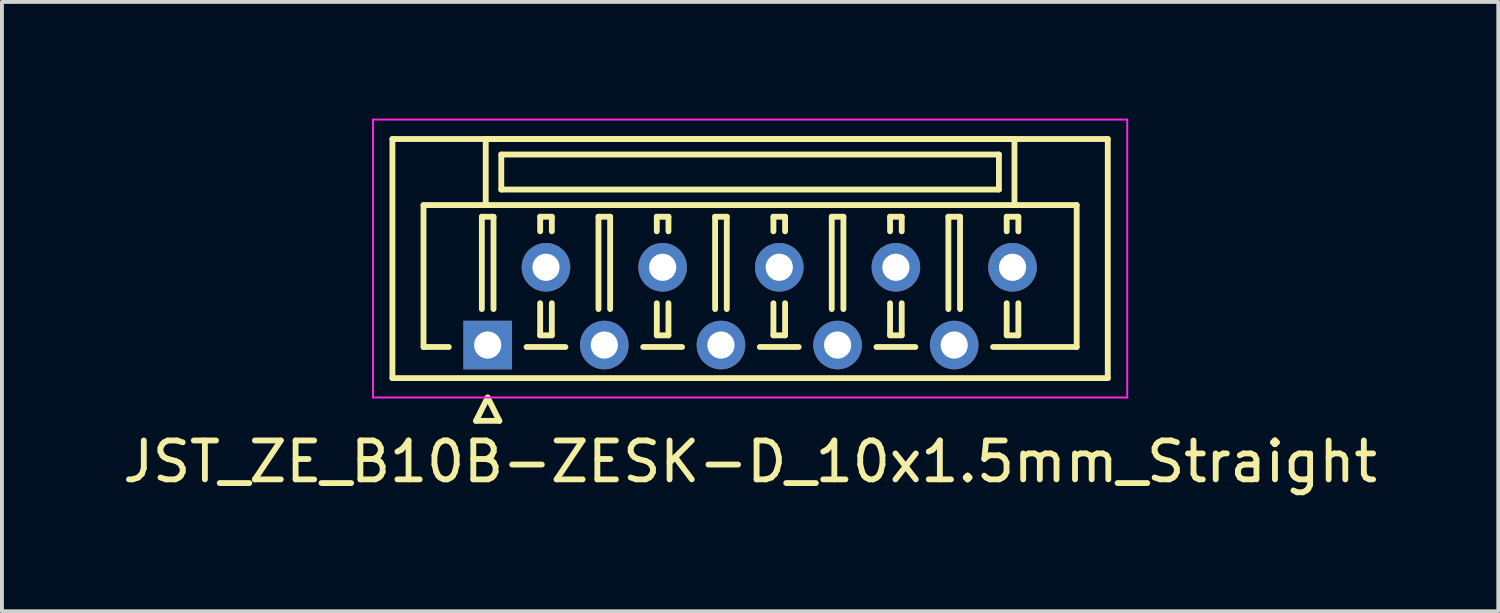
<source format=kicad_pcb>
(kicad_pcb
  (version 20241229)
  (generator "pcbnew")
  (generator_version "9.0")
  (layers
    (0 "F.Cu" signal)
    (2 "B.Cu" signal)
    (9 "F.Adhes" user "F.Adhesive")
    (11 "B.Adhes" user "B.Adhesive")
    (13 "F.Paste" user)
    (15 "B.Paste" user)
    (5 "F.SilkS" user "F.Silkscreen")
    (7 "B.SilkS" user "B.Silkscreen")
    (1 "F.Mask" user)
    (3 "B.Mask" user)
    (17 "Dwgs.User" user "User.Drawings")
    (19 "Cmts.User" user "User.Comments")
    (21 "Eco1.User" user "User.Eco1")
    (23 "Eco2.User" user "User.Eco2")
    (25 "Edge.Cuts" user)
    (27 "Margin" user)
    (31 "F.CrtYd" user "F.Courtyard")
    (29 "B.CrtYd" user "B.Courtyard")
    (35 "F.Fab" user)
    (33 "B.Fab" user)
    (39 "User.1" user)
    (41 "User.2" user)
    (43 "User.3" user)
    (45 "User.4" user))
  (footprint "JST_ZE_B10B-ZESK-D_10x1.5mm_Straight"
    (layer "F.Cu")
    (at 9.494 5.825)
    (property "Reference" "JST_ZE_B10B-ZESK-D_10x1.5mm_Straight" (at 6.75 3 0) (layer "F.SilkS") (effects (font (size 1 1) (thickness 0.15))))
    (attr through_hole)
    (fp_line (start -2.45 -5.3) (end -2.45 0.85) (stroke (width 0.15) (type solid)) (layer "F.SilkS"))
    (fp_line (start -2.45 0.85) (end 15.95 0.85) (stroke (width 0.15) (type solid)) (layer "F.SilkS"))
    (fp_line (start -1.65 -3.6) (end -1.65 0.05) (stroke (width 0.15) (type solid)) (layer "F.SilkS"))
    (fp_line (start -1.65 0.05) (end -1 0.05) (stroke (width 0.15) (type solid)) (layer "F.SilkS"))
    (fp_line (start -0.3 1.95) (end 0 1.35) (stroke (width 0.15) (type solid)) (layer "F.SilkS"))
    (fp_line (start -0.15 -3.3) (end 0.15 -3.3) (stroke (width 0.15) (type solid)) (layer "F.SilkS"))
    (fp_line (start -0.15 -0.925) (end -0.15 -3.3) (stroke (width 0.15) (type solid)) (layer "F.SilkS"))
    (fp_line (start -0.05 -5.3) (end -0.05 -3.6) (stroke (width 0.15) (type solid)) (layer "F.SilkS"))
    (fp_line (start -0.05 -3.6) (end -1.65 -3.6) (stroke (width 0.15) (type solid)) (layer "F.SilkS"))
    (fp_line (start -0.05 -3.6) (end 13.55 -3.6) (stroke (width 0.15) (type solid)) (layer "F.SilkS"))
    (fp_line (start 0 1.35) (end 0.3 1.95) (stroke (width 0.15) (type solid)) (layer "F.SilkS"))
    (fp_line (start 0.15 -3.3) (end 0.15 -0.925) (stroke (width 0.15) (type solid)) (layer "F.SilkS"))
    (fp_line (start 0.3 1.95) (end -0.3 1.95) (stroke (width 0.15) (type solid)) (layer "F.SilkS"))
    (fp_line (start 0.35 -4.9) (end 0.35 -4) (stroke (width 0.15) (type solid)) (layer "F.SilkS"))
    (fp_line (start 0.35 -4) (end 13.15 -4) (stroke (width 0.15) (type solid)) (layer "F.SilkS"))
    (fp_line (start 1 0.05) (end 2 0.05) (stroke (width 0.15) (type solid)) (layer "F.SilkS"))
    (fp_line (start 1.35 -3.3) (end 1.65 -3.3) (stroke (width 0.15) (type solid)) (layer "F.SilkS"))
    (fp_line (start 1.35 -2.925) (end 1.35 -3.3) (stroke (width 0.15) (type solid)) (layer "F.SilkS"))
    (fp_line (start 1.35 -1.075) (end 1.35 -0.25) (stroke (width 0.15) (type solid)) (layer "F.SilkS"))
    (fp_line (start 1.35 -0.25) (end 1.65 -0.25) (stroke (width 0.15) (type solid)) (layer "F.SilkS"))
    (fp_line (start 1.65 -3.3) (end 1.65 -2.925) (stroke (width 0.15) (type solid)) (layer "F.SilkS"))
    (fp_line (start 1.65 -0.25) (end 1.65 -1.075) (stroke (width 0.15) (type solid)) (layer "F.SilkS"))
    (fp_line (start 2.85 -3.3) (end 3.15 -3.3) (stroke (width 0.15) (type solid)) (layer "F.SilkS"))
    (fp_line (start 2.85 -0.925) (end 2.85 -3.3) (stroke (width 0.15) (type solid)) (layer "F.SilkS"))
    (fp_line (start 3.15 -3.3) (end 3.15 -0.925) (stroke (width 0.15) (type solid)) (layer "F.SilkS"))
    (fp_line (start 4 0.05) (end 5 0.05) (stroke (width 0.15) (type solid)) (layer "F.SilkS"))
    (fp_line (start 4.35 -3.3) (end 4.65 -3.3) (stroke (width 0.15) (type solid)) (layer "F.SilkS"))
    (fp_line (start 4.35 -2.925) (end 4.35 -3.3) (stroke (width 0.15) (type solid)) (layer "F.SilkS"))
    (fp_line (start 4.35 -1.075) (end 4.35 -0.25) (stroke (width 0.15) (type solid)) (layer "F.SilkS"))
    (fp_line (start 4.35 -0.25) (end 4.65 -0.25) (stroke (width 0.15) (type solid)) (layer "F.SilkS"))
    (fp_line (start 4.65 -3.3) (end 4.65 -2.925) (stroke (width 0.15) (type solid)) (layer "F.SilkS"))
    (fp_line (start 4.65 -0.25) (end 4.65 -1.075) (stroke (width 0.15) (type solid)) (layer "F.SilkS"))
    (fp_line (start 5.85 -3.3) (end 6.15 -3.3) (stroke (width 0.15) (type solid)) (layer "F.SilkS"))
    (fp_line (start 5.85 -0.925) (end 5.85 -3.3) (stroke (width 0.15) (type solid)) (layer "F.SilkS"))
    (fp_line (start 6.15 -3.3) (end 6.15 -0.925) (stroke (width 0.15) (type solid)) (layer "F.SilkS"))
    (fp_line (start 7 0.05) (end 8 0.05) (stroke (width 0.15) (type solid)) (layer "F.SilkS"))
    (fp_line (start 7.35 -3.3) (end 7.65 -3.3) (stroke (width 0.15) (type solid)) (layer "F.SilkS"))
    (fp_line (start 7.35 -2.925) (end 7.35 -3.3) (stroke (width 0.15) (type solid)) (layer "F.SilkS"))
    (fp_line (start 7.35 -1.075) (end 7.35 -0.25) (stroke (width 0.15) (type solid)) (layer "F.SilkS"))
    (fp_line (start 7.35 -0.25) (end 7.65 -0.25) (stroke (width 0.15) (type solid)) (layer "F.SilkS"))
    (fp_line (start 7.65 -3.3) (end 7.65 -2.925) (stroke (width 0.15) (type solid)) (layer "F.SilkS"))
    (fp_line (start 7.65 -0.25) (end 7.65 -1.075) (stroke (width 0.15) (type solid)) (layer "F.SilkS"))
    (fp_line (start 8.85 -3.3) (end 9.15 -3.3) (stroke (width 0.15) (type solid)) (layer "F.SilkS"))
    (fp_line (start 8.85 -0.925) (end 8.85 -3.3) (stroke (width 0.15) (type solid)) (layer "F.SilkS"))
    (fp_line (start 9.15 -3.3) (end 9.15 -0.925) (stroke (width 0.15) (type solid)) (layer "F.SilkS"))
    (fp_line (start 10 0.05) (end 11 0.05) (stroke (width 0.15) (type solid)) (layer "F.SilkS"))
    (fp_line (start 10.35 -3.3) (end 10.65 -3.3) (stroke (width 0.15) (type solid)) (layer "F.SilkS"))
    (fp_line (start 10.35 -2.925) (end 10.35 -3.3) (stroke (width 0.15) (type solid)) (layer "F.SilkS"))
    (fp_line (start 10.35 -1.075) (end 10.35 -0.25) (stroke (width 0.15) (type solid)) (layer "F.SilkS"))
    (fp_line (start 10.35 -0.25) (end 10.65 -0.25) (stroke (width 0.15) (type solid)) (layer "F.SilkS"))
    (fp_line (start 10.65 -3.3) (end 10.65 -2.925) (stroke (width 0.15) (type solid)) (layer "F.SilkS"))
    (fp_line (start 10.65 -0.25) (end 10.65 -1.075) (stroke (width 0.15) (type solid)) (layer "F.SilkS"))
    (fp_line (start 11.85 -3.3) (end 12.15 -3.3) (stroke (width 0.15) (type solid)) (layer "F.SilkS"))
    (fp_line (start 11.85 -0.925) (end 11.85 -3.3) (stroke (width 0.15) (type solid)) (layer "F.SilkS"))
    (fp_line (start 12.15 -3.3) (end 12.15 -0.925) (stroke (width 0.15) (type solid)) (layer "F.SilkS"))
    (fp_line (start 13.15 -4.9) (end 0.35 -4.9) (stroke (width 0.15) (type solid)) (layer "F.SilkS"))
    (fp_line (start 13.15 -4) (end 13.15 -4.9) (stroke (width 0.15) (type solid)) (layer "F.SilkS"))
    (fp_line (start 13.35 -3.3) (end 13.65 -3.3) (stroke (width 0.15) (type solid)) (layer "F.SilkS"))
    (fp_line (start 13.35 -2.925) (end 13.35 -3.3) (stroke (width 0.15) (type solid)) (layer "F.SilkS"))
    (fp_line (start 13.35 -1.075) (end 13.35 -0.25) (stroke (width 0.15) (type solid)) (layer "F.SilkS"))
    (fp_line (start 13.35 -0.25) (end 13.65 -0.25) (stroke (width 0.15) (type solid)) (layer "F.SilkS"))
    (fp_line (start 13.55 -5.3) (end -0.05 -5.3) (stroke (width 0.15) (type solid)) (layer "F.SilkS"))
    (fp_line (start 13.55 -3.6) (end 13.55 -5.3) (stroke (width 0.15) (type solid)) (layer "F.SilkS"))
    (fp_line (start 13.55 -3.6) (end 15.15 -3.6) (stroke (width 0.15) (type solid)) (layer "F.SilkS"))
    (fp_line (start 13.65 -3.3) (end 13.65 -2.925) (stroke (width 0.15) (type solid)) (layer "F.SilkS"))
    (fp_line (start 13.65 -0.25) (end 13.65 -1.075) (stroke (width 0.15) (type solid)) (layer "F.SilkS"))
    (fp_line (start 15.15 -3.6) (end 15.15 0.05) (stroke (width 0.15) (type solid)) (layer "F.SilkS"))
    (fp_line (start 15.15 0.05) (end 13 0.05) (stroke (width 0.15) (type solid)) (layer "F.SilkS"))
    (fp_line (start 15.95 -5.3) (end -2.45 -5.3) (stroke (width 0.15) (type solid)) (layer "F.SilkS"))
    (fp_line (start 15.95 0.85) (end 15.95 -5.3) (stroke (width 0.15) (type solid)) (layer "F.SilkS"))
    (fp_line (start -2.95 -5.8) (end -2.95 1.35) (stroke (width 0.05) (type solid)) (layer "F.CrtYd"))
    (fp_line (start -2.95 1.35) (end 16.45 1.35) (stroke (width 0.05) (type solid)) (layer "F.CrtYd"))
    (fp_line (start 16.45 -5.8) (end -2.95 -5.8) (stroke (width 0.05) (type solid)) (layer "F.CrtYd"))
    (fp_line (start 16.45 1.35) (end 16.45 -5.8) (stroke (width 0.05) (type solid)) (layer "F.CrtYd"))
    (pad "1" thru_hole rect (at 0 0) (size 1.25 1.25) (drill 0.7) (layers "*.Cu" "*.Mask"))
    (pad "2" thru_hole circle (at 1.5 -2) (size 1.25 1.25) (drill 0.7) (layers "*.Cu" "*.Mask"))
    (pad "3" thru_hole circle (at 3 0) (size 1.25 1.25) (drill 0.7) (layers "*.Cu" "*.Mask"))
    (pad "4" thru_hole circle (at 4.5 -2) (size 1.25 1.25) (drill 0.7) (layers "*.Cu" "*.Mask"))
    (pad "5" thru_hole circle (at 6 0) (size 1.25 1.25) (drill 0.7) (layers "*.Cu" "*.Mask"))
    (pad "6" thru_hole circle (at 7.5 -2) (size 1.25 1.25) (drill 0.7) (layers "*.Cu" "*.Mask"))
    (pad "7" thru_hole circle (at 9 0) (size 1.25 1.25) (drill 0.7) (layers "*.Cu" "*.Mask"))
    (pad "8" thru_hole circle (at 10.5 -2) (size 1.25 1.25) (drill 0.7) (layers "*.Cu" "*.Mask"))
    (pad "9" thru_hole circle (at 12 0) (size 1.25 1.25) (drill 0.7) (layers "*.Cu" "*.Mask"))
    (pad "10" thru_hole circle (at 13.5 -2) (size 1.25 1.25) (drill 0.7) (layers "*.Cu" "*.Mask")))
  (gr_rect
    (start -3 -3)
    (end 35.488 12.673)
    (stroke (width 0.1) (type default))
    (fill no)
    (layer "Edge.Cuts")))
</source>
